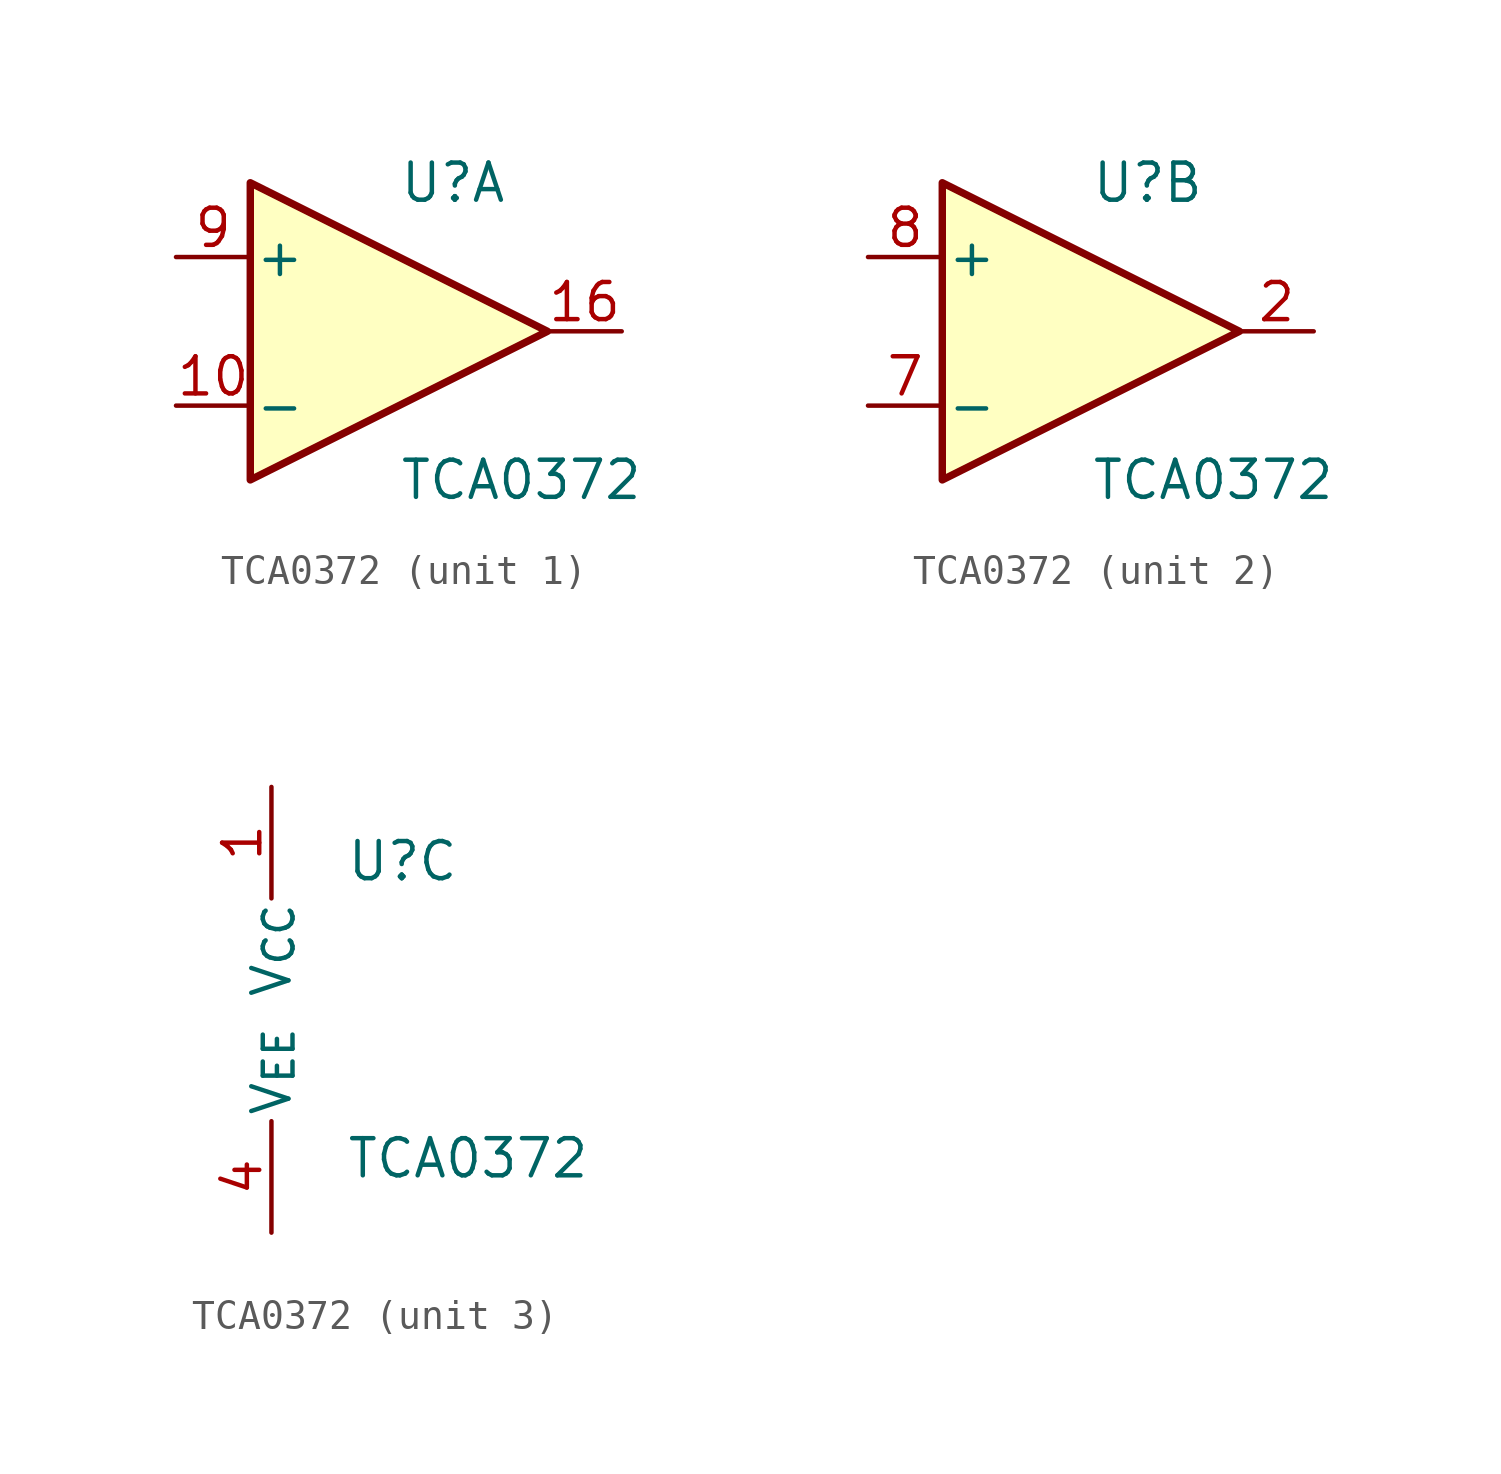
<source format=kicad_sym>
(kicad_symbol_lib
  (version 20220914)
  (generator kicad_symbol_editor)
  (symbol "TCA0372"
    (pin_names
      (offset 0.127))
    (property "Reference" "U"
      (at 0 5.08 0)
      (effects (font (size 1.27 1.27)) (justify left)))
    (property "Value" "TCA0372"
      (at 0 -5.08 0)
      (effects (font (size 1.27 1.27)) (justify left)))
    (property "ki_locked" ""
      (at 0 0 0)
      (effects (font (size 1.27 1.27))))
    (symbol "TCA0372_1_1"
      (polyline (pts (xy -5.08 5.08) (xy 5.08 0) (xy -5.08 -5.08) (xy -5.08 5.08)) (stroke (width 0.254) (type default)) (fill (type background)))
      (pin input line (at -7.62 -2.54 0) (length 2.54) (name "-" (effects (font (size 1.27 1.27)))) (number "10" (effects (font (size 1.27 1.27)))))
      (pin output line (at 7.62 0 180) (length 2.54) (name "~" (effects (font (size 1.27 1.27)))) (number "16" (effects (font (size 1.27 1.27)))))
      (pin input line (at -7.62 2.54 0) (length 2.54) (name "+" (effects (font (size 1.27 1.27)))) (number "9" (effects (font (size 1.27 1.27))))))
    (symbol "TCA0372_2_1"
      (polyline (pts (xy -5.08 5.08) (xy 5.08 0) (xy -5.08 -5.08) (xy -5.08 5.08)) (stroke (width 0.254) (type default)) (fill (type background)))
      (pin output line (at 7.62 0 180) (length 2.54) (name "~" (effects (font (size 1.27 1.27)))) (number "2" (effects (font (size 1.27 1.27)))))
      (pin input line (at -7.62 -2.54 0) (length 2.54) (name "-" (effects (font (size 1.27 1.27)))) (number "7" (effects (font (size 1.27 1.27)))))
      (pin input line (at -7.62 2.54 0) (length 2.54) (name "+" (effects (font (size 1.27 1.27)))) (number "8" (effects (font (size 1.27 1.27))))))
    (symbol "TCA0372_3_1"
      (pin power_in line (at -2.54 7.62 270) (length 3.81) (name "V_{CC}" (effects (font (size 1.27 1.27)))) (number "1" (effects (font (size 1.27 1.27)))))
      (pin no_connect line (at -6.35 -2.54 90) (length 2.54) hide (name "NC" (effects (font (size 1.27 1.27)))) (number "11" (effects (font (size 1.27 1.27)))))
      (pin power_in line (at -2.54 -7.62 90) (length 3.81) hide (name "V_{EE}" (effects (font (size 1.27 1.27)))) (number "12" (effects (font (size 1.27 1.27)))))
      (pin power_in line (at -2.54 -7.62 90) (length 3.81) hide (name "V_{EE}" (effects (font (size 1.27 1.27)))) (number "13" (effects (font (size 1.27 1.27)))))
      (pin no_connect line (at -6.35 -2.54 90) (length 2.54) hide (name "NC" (effects (font (size 1.27 1.27)))) (number "14" (effects (font (size 1.27 1.27)))))
      (pin no_connect line (at -6.35 -2.54 90) (length 2.54) hide (name "NC" (effects (font (size 1.27 1.27)))) (number "15" (effects (font (size 1.27 1.27)))))
      (pin no_connect line (at -6.35 -2.54 90) (length 2.54) hide (name "NC" (effects (font (size 1.27 1.27)))) (number "3" (effects (font (size 1.27 1.27)))))
      (pin power_in line (at -2.54 -7.62 90) (length 3.81) (name "V_{EE}" (effects (font (size 1.27 1.27)))) (number "4" (effects (font (size 1.27 1.27)))))
      (pin power_in line (at -2.54 -7.62 90) (length 3.81) hide (name "V_{EE}" (effects (font (size 1.27 1.27)))) (number "5" (effects (font (size 1.27 1.27)))))
      (pin no_connect line (at -6.35 -2.54 90) (length 2.54) hide (name "NC" (effects (font (size 1.27 1.27)))) (number "6" (effects (font (size 1.27 1.27))))))))
</source>
